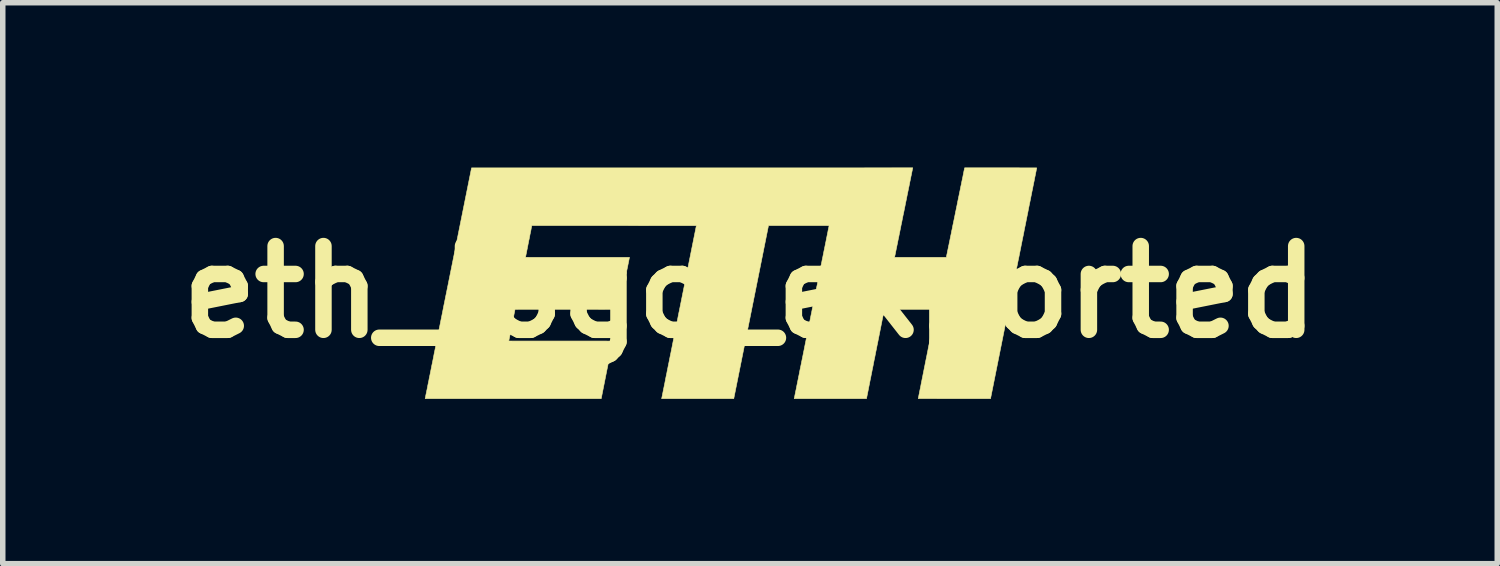
<source format=kicad_pcb>
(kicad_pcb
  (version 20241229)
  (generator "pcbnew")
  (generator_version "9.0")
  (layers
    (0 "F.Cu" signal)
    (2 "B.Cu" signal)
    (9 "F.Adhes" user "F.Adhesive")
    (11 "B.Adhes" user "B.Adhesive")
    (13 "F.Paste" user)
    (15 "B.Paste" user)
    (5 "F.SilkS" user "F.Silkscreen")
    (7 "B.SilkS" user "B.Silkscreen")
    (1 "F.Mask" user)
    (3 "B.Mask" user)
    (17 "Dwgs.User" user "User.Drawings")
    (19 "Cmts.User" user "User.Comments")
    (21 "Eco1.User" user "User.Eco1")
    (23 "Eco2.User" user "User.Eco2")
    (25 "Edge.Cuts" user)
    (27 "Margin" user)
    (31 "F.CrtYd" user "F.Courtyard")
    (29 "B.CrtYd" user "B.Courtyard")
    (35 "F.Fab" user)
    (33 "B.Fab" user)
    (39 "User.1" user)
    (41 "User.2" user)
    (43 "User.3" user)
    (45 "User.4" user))
  (footprint "eth_logo_exported"
    (layer "F.Cu")
    (at 10.603 2.264)
    (property "Reference" "eth_logo_exported" (at 0 0 0) (layer "F.SilkS") (effects (font (size 1.524 1.524) (thickness 0.3))))
    (attr through_hole)
    (fp_poly (pts (xy 4.651 -2.259) (xy 4.693 -2.259) (xy 4.732 -2.259) (xy 4.77 -2.259) (xy 4.805 -2.259) (xy 4.839 -2.259) (xy 4.871 -2.259) (xy 4.901 -2.259) (xy 4.93 -2.258) (xy 4.957 -2.258) (xy 4.983 -2.258) (xy 5.006 -2.258) (xy 5.029 -2.258) (xy 5.05 -2.258) (xy 5.069 -2.258) (xy 5.087 -2.258) (xy 5.104 -2.258) (xy 5.119 -2.258) (xy 5.134 -2.258) (xy 5.146 -2.258) (xy 5.158 -2.258) (xy 5.169 -2.258) (xy 5.178 -2.258) (xy 5.186 -2.258) (xy 5.194 -2.258) (xy 5.2 -2.258) (xy 5.205 -2.258) (xy 5.209 -2.258) (xy 5.213 -2.258) (xy 5.216 -2.258) (xy 5.217 -2.257) (xy 5.219 -2.257) (xy 5.219 -2.257) (xy 5.219 -2.257) (xy 5.219 -2.256) (xy 5.218 -2.253) (xy 5.217 -2.248) (xy 5.216 -2.242) (xy 5.214 -2.233) (xy 5.212 -2.222) (xy 5.209 -2.21) (xy 5.207 -2.196) (xy 5.203 -2.18) (xy 5.2 -2.162) (xy 5.196 -2.143) (xy 5.192 -2.122) (xy 5.187 -2.099) (xy 5.182 -2.075) (xy 5.177 -2.049) (xy 5.172 -2.021) (xy 5.166 -1.993) (xy 5.16 -1.962) (xy 5.153 -1.93) (xy 5.147 -1.897) (xy 5.14 -1.862) (xy 5.132 -1.826) (xy 5.125 -1.788) (xy 5.117 -1.75) (xy 5.109 -1.709) (xy 5.101 -1.668) (xy 5.092 -1.625) (xy 5.083 -1.582) (xy 5.074 -1.537) (xy 5.065 -1.49) (xy 5.056 -1.443) (xy 5.046 -1.395) (xy 5.036 -1.345) (xy 5.026 -1.295) (xy 5.016 -1.243) (xy 5.005 -1.191) (xy 4.994 -1.138) (xy 4.984 -1.083) (xy 4.973 -1.028) (xy 4.961 -0.972) (xy 4.95 -0.915) (xy 4.938 -0.857) (xy 4.927 -0.799) (xy 4.915 -0.74) (xy 4.903 -0.68) (xy 4.891 -0.619) (xy 4.878 -0.558) (xy 4.866 -0.496) (xy 4.853 -0.434) (xy 4.841 -0.371) (xy 4.828 -0.307) (xy 4.815 -0.243) (xy 4.802 -0.178) (xy 4.798 -0.157) (xy 4.378 1.943) (xy 3.72 1.943) (xy 3.679 1.943) (xy 3.64 1.943) (xy 3.601 1.943) (xy 3.564 1.943) (xy 3.527 1.943) (xy 3.491 1.943) (xy 3.457 1.943) (xy 3.424 1.943) (xy 3.392 1.942) (xy 3.361 1.942) (xy 3.331 1.942) (xy 3.303 1.942) (xy 3.276 1.942) (xy 3.25 1.942) (xy 3.226 1.942) (xy 3.203 1.942) (xy 3.182 1.942) (xy 3.163 1.942) (xy 3.145 1.942) (xy 3.129 1.942) (xy 3.114 1.942) (xy 3.101 1.942) (xy 3.09 1.942) (xy 3.081 1.942) (xy 3.073 1.942) (xy 3.068 1.942) (xy 3.064 1.942) (xy 3.062 1.942) (xy 3.062 1.942) (xy 3.062 1.941) (xy 3.063 1.938) (xy 3.064 1.933) (xy 3.065 1.926) (xy 3.067 1.918) (xy 3.069 1.907) (xy 3.071 1.895) (xy 3.074 1.882) (xy 3.077 1.866) (xy 3.081 1.849) (xy 3.084 1.831) (xy 3.088 1.811) (xy 3.092 1.79) (xy 3.097 1.767) (xy 3.102 1.743) (xy 3.107 1.718) (xy 3.112 1.691) (xy 3.117 1.664) (xy 3.123 1.635) (xy 3.129 1.605) (xy 3.135 1.574) (xy 3.142 1.542) (xy 3.148 1.509) (xy 3.155 1.475) (xy 3.162 1.44) (xy 3.169 1.404) (xy 3.176 1.368) (xy 3.184 1.331) (xy 3.191 1.293) (xy 3.199 1.254) (xy 3.207 1.215) (xy 3.215 1.176) (xy 3.223 1.136) (xy 3.224 1.13) (xy 3.232 1.09) (xy 3.24 1.05) (xy 3.247 1.011) (xy 3.255 0.972) (xy 3.263 0.935) (xy 3.27 0.897) (xy 3.277 0.861) (xy 3.284 0.825) (xy 3.291 0.79) (xy 3.298 0.756) (xy 3.305 0.723) (xy 3.311 0.691) (xy 3.317 0.659) (xy 3.323 0.629) (xy 3.329 0.6) (xy 3.335 0.572) (xy 3.34 0.546) (xy 3.345 0.52) (xy 3.35 0.496) (xy 3.355 0.473) (xy 3.359 0.452) (xy 3.363 0.431) (xy 3.367 0.413) (xy 3.37 0.396) (xy 3.373 0.38) (xy 3.376 0.366) (xy 3.378 0.354) (xy 3.38 0.344) (xy 3.382 0.335) (xy 3.383 0.328) (xy 3.384 0.323) (xy 3.385 0.319) (xy 3.385 0.318) (xy 3.385 0.318) (xy 3.384 0.318) (xy 3.382 0.318) (xy 3.377 0.318) (xy 3.371 0.318) (xy 3.363 0.318) (xy 3.353 0.318) (xy 3.341 0.317) (xy 3.328 0.317) (xy 3.312 0.317) (xy 3.295 0.317) (xy 3.276 0.317) (xy 3.255 0.317) (xy 3.232 0.317) (xy 3.207 0.317) (xy 3.18 0.317) (xy 3.151 0.317) (xy 3.12 0.317) (xy 3.088 0.317) (xy 3.053 0.317) (xy 3.016 0.317) (xy 2.977 0.317) (xy 2.937 0.317) (xy 2.444 0.317) (xy 2.32 0.941) (xy 2.312 0.978) (xy 2.305 1.015) (xy 2.298 1.051) (xy 2.29 1.088) (xy 2.283 1.125) (xy 2.276 1.161) (xy 2.269 1.198) (xy 2.261 1.233) (xy 2.254 1.269) (xy 2.247 1.303) (xy 2.241 1.338) (xy 2.234 1.371) (xy 2.227 1.404) (xy 2.221 1.436) (xy 2.215 1.467) (xy 2.209 1.497) (xy 2.203 1.526) (xy 2.198 1.554) (xy 2.192 1.581) (xy 2.187 1.606) (xy 2.182 1.63) (xy 2.178 1.652) (xy 2.174 1.673) (xy 2.17 1.693) (xy 2.166 1.711) (xy 2.163 1.727) (xy 2.16 1.741) (xy 2.158 1.753) (xy 2.158 1.754) (xy 2.12 1.943) (xy 0.804 1.943) (xy 0.805 1.94) (xy 0.805 1.939) (xy 0.806 1.936) (xy 0.807 1.931) (xy 0.808 1.924) (xy 0.81 1.915) (xy 0.812 1.905) (xy 0.815 1.892) (xy 0.817 1.878) (xy 0.821 1.862) (xy 0.824 1.845) (xy 0.828 1.826) (xy 0.832 1.805) (xy 0.837 1.783) (xy 0.842 1.759) (xy 0.847 1.733) (xy 0.852 1.706) (xy 0.858 1.678) (xy 0.864 1.648) (xy 0.87 1.617) (xy 0.877 1.584) (xy 0.883 1.55) (xy 0.891 1.515) (xy 0.898 1.479) (xy 0.905 1.441) (xy 0.913 1.402) (xy 0.921 1.363) (xy 0.93 1.321) (xy 0.938 1.279) (xy 0.947 1.236) (xy 0.956 1.192) (xy 0.965 1.147) (xy 0.974 1.101) (xy 0.984 1.054) (xy 0.993 1.006) (xy 1.003 0.957) (xy 1.013 0.907) (xy 1.023 0.857) (xy 1.034 0.806) (xy 1.044 0.754) (xy 1.055 0.701) (xy 1.065 0.648) (xy 1.076 0.594) (xy 1.087 0.54) (xy 1.098 0.485) (xy 1.109 0.43) (xy 1.121 0.374) (xy 1.122 0.367) (xy 1.133 0.311) (xy 1.145 0.255) (xy 1.156 0.2) (xy 1.167 0.146) (xy 1.177 0.092) (xy 1.188 0.039) (xy 1.199 -0.014) (xy 1.209 -0.066) (xy 1.22 -0.117) (xy 1.23 -0.167) (xy 1.24 -0.217) (xy 1.25 -0.266) (xy 1.259 -0.314) (xy 1.269 -0.361) (xy 1.278 -0.407) (xy 1.287 -0.453) (xy 1.296 -0.497) (xy 1.305 -0.54) (xy 1.313 -0.582) (xy 1.322 -0.624) (xy 1.33 -0.664) (xy 1.338 -0.703) (xy 1.345 -0.74) (xy 1.353 -0.777) (xy 1.36 -0.812) (xy 1.367 -0.846) (xy 1.373 -0.879) (xy 1.38 -0.91) (xy 1.386 -0.94) (xy 1.391 -0.969) (xy 1.397 -0.996) (xy 1.402 -1.021) (xy 1.407 -1.045) (xy 1.411 -1.068) (xy 1.416 -1.089) (xy 1.419 -1.108) (xy 1.423 -1.126) (xy 1.426 -1.142) (xy 1.429 -1.156) (xy 1.432 -1.169) (xy 1.434 -1.179) (xy 1.436 -1.188) (xy 1.437 -1.195) (xy 1.438 -1.201) (xy 1.439 -1.204) (xy 1.439 -1.205) (xy 1.439 -1.205) (xy 1.439 -1.205) (xy 1.439 -1.205) (xy 1.438 -1.206) (xy 1.438 -1.206) (xy 1.437 -1.206) (xy 1.435 -1.206) (xy 1.434 -1.206) (xy 1.431 -1.206) (xy 1.429 -1.206) (xy 1.425 -1.206) (xy 1.422 -1.206) (xy 1.417 -1.206) (xy 1.412 -1.206) (xy 1.406 -1.207) (xy 1.399 -1.207) (xy 1.391 -1.207) (xy 1.383 -1.207) (xy 1.373 -1.207) (xy 1.362 -1.207) (xy 1.351 -1.207) (xy 1.338 -1.207) (xy 1.324 -1.207) (xy 1.309 -1.207) (xy 1.292 -1.207) (xy 1.275 -1.207) (xy 1.256 -1.207) (xy 1.235 -1.207) (xy 1.213 -1.207) (xy 1.19 -1.207) (xy 1.165 -1.207) (xy 1.138 -1.207) (xy 1.11 -1.207) (xy 1.08 -1.207) (xy 1.048 -1.207) (xy 1.014 -1.207) (xy 0.979 -1.207) (xy 0.942 -1.207) (xy 0.902 -1.207) (xy 0.888 -1.207) (xy 0.336 -1.207) (xy 0.02 0.368) (xy -0.296 1.943) (xy -1.609 1.943) (xy -1.608 1.939) (xy -1.608 1.938) (xy -1.607 1.935) (xy -1.606 1.93) (xy -1.605 1.923) (xy -1.603 1.914) (xy -1.601 1.904) (xy -1.598 1.892) (xy -1.596 1.877) (xy -1.592 1.862) (xy -1.589 1.844) (xy -1.585 1.825) (xy -1.581 1.804) (xy -1.576 1.782) (xy -1.572 1.758) (xy -1.566 1.732) (xy -1.561 1.705) (xy -1.555 1.677) (xy -1.549 1.647) (xy -1.543 1.616) (xy -1.537 1.583) (xy -1.53 1.549) (xy -1.523 1.514) (xy -1.515 1.478) (xy -1.508 1.44) (xy -1.5 1.401) (xy -1.492 1.361) (xy -1.484 1.32) (xy -1.475 1.278) (xy -1.467 1.235) (xy -1.458 1.191) (xy -1.449 1.146) (xy -1.439 1.099) (xy -1.43 1.052) (xy -1.42 1.004) (xy -1.411 0.956) (xy -1.401 0.906) (xy -1.391 0.855) (xy -1.38 0.804) (xy -1.37 0.752) (xy -1.359 0.7) (xy -1.349 0.647) (xy -1.338 0.593) (xy -1.327 0.539) (xy -1.316 0.484) (xy -1.305 0.428) (xy -1.294 0.372) (xy -1.292 0.365) (xy -0.977 -1.206) (xy -2.474 -1.207) (xy -2.53 -1.207) (xy -2.584 -1.207) (xy -2.638 -1.207) (xy -2.692 -1.207) (xy -2.745 -1.207) (xy -2.797 -1.207) (xy -2.849 -1.207) (xy -2.9 -1.207) (xy -2.95 -1.207) (xy -3 -1.207) (xy -3.049 -1.207) (xy -3.096 -1.207) (xy -3.189 -1.207) (xy -3.235 -1.207) (xy -3.279 -1.207) (xy -3.322 -1.207) (xy -3.364 -1.207) (xy -3.405 -1.207) (xy -3.445 -1.207) (xy -3.484 -1.207) (xy -3.521 -1.207) (xy -3.557 -1.207) (xy -3.592 -1.207) (xy -3.626 -1.207) (xy -3.658 -1.207) (xy -3.689 -1.207) (xy -3.719 -1.207) (xy -3.747 -1.207) (xy -3.774 -1.207) (xy -3.799 -1.207) (xy -3.823 -1.207) (xy -3.845 -1.207) (xy -3.865 -1.207) (xy -3.884 -1.207) (xy -3.901 -1.207) (xy -3.916 -1.207) (xy -3.93 -1.207) (xy -3.941 -1.207) (xy -3.951 -1.207) (xy -3.959 -1.207) (xy -3.966 -1.207) (xy -3.97 -1.207) (xy -3.972 -1.206) (xy -3.972 -1.206) (xy -3.973 -1.205) (xy -3.973 -1.203) (xy -3.974 -1.198) (xy -3.976 -1.191) (xy -3.977 -1.183) (xy -3.979 -1.174) (xy -3.981 -1.163) (xy -3.984 -1.151) (xy -3.986 -1.137) (xy -3.989 -1.122) (xy -3.992 -1.107) (xy -3.996 -1.09) (xy -3.999 -1.073) (xy -4.003 -1.054) (xy -4.007 -1.036) (xy -4.01 -1.016) (xy -4.014 -0.996) (xy -4.018 -0.976) (xy -4.022 -0.956) (xy -4.027 -0.935) (xy -4.031 -0.914) (xy -4.035 -0.893) (xy -4.039 -0.873) (xy -4.043 -0.852) (xy -4.047 -0.832) (xy -4.051 -0.813) (xy -4.054 -0.794) (xy -4.058 -0.775) (xy -4.062 -0.757) (xy -4.065 -0.74) (xy -4.068 -0.724) (xy -4.071 -0.709) (xy -4.074 -0.694) (xy -4.077 -0.681) (xy -4.079 -0.67) (xy -4.081 -0.659) (xy -4.083 -0.651) (xy -4.084 -0.643) (xy -4.085 -0.638) (xy -4.086 -0.634) (xy -4.086 -0.632) (xy -4.086 -0.631) (xy -4.086 -0.631) (xy -4.085 -0.631) (xy -4.083 -0.631) (xy -4.081 -0.631) (xy -4.078 -0.631) (xy -4.074 -0.631) (xy -4.069 -0.631) (xy -4.063 -0.631) (xy -4.056 -0.631) (xy -4.049 -0.631) (xy -4.04 -0.631) (xy -4.031 -0.63) (xy -4.02 -0.63) (xy -4.008 -0.63) (xy -3.996 -0.63) (xy -3.982 -0.63) (xy -3.967 -0.63) (xy -3.95 -0.63) (xy -3.933 -0.63) (xy -3.914 -0.63) (xy -3.894 -0.63) (xy -3.872 -0.63) (xy -3.849 -0.63) (xy -3.825 -0.63) (xy -3.799 -0.63) (xy -3.772 -0.63) (xy -3.743 -0.63) (xy -3.713 -0.63) (xy -3.681 -0.63) (xy -3.648 -0.63) (xy -3.612 -0.63) (xy -3.576 -0.63) (xy -3.537 -0.63) (xy -3.497 -0.63) (xy -3.455 -0.63) (xy -3.411 -0.63) (xy -3.365 -0.63) (xy -3.318 -0.63) (xy -3.268 -0.63) (xy -3.217 -0.63) (xy -3.163 -0.63) (xy -3.14 -0.63) (xy -2.195 -0.63) (xy -2.195 -0.627) (xy -2.196 -0.625) (xy -2.196 -0.622) (xy -2.197 -0.617) (xy -2.199 -0.61) (xy -2.2 -0.602) (xy -2.202 -0.592) (xy -2.205 -0.58) (xy -2.207 -0.566) (xy -2.21 -0.552) (xy -2.214 -0.535) (xy -2.217 -0.517) (xy -2.221 -0.498) (xy -2.225 -0.478) (xy -2.229 -0.457) (xy -2.234 -0.434) (xy -2.239 -0.41) (xy -2.244 -0.386) (xy -2.249 -0.36) (xy -2.254 -0.334) (xy -2.26 -0.307) (xy -2.265 -0.278) (xy -2.271 -0.25) (xy -2.277 -0.22) (xy -2.283 -0.191) (xy -2.289 -0.16) (xy -2.291 -0.153) (xy -2.385 0.316) (xy -3.331 0.317) (xy -3.384 0.317) (xy -3.435 0.317) (xy -3.484 0.317) (xy -3.53 0.317) (xy -3.575 0.317) (xy -3.619 0.317) (xy -3.66 0.317) (xy -3.7 0.317) (xy -3.737 0.317) (xy -3.774 0.317) (xy -3.808 0.317) (xy -3.841 0.317) (xy -3.873 0.317) (xy -3.902 0.317) (xy -3.931 0.317) (xy -3.958 0.317) (xy -3.983 0.317) (xy -4.007 0.317) (xy -4.03 0.317) (xy -4.051 0.317) (xy -4.071 0.317) (xy -4.09 0.317) (xy -4.108 0.317) (xy -4.125 0.317) (xy -4.14 0.317) (xy -4.155 0.317) (xy -4.168 0.317) (xy -4.18 0.317) (xy -4.192 0.317) (xy -4.202 0.317) (xy -4.212 0.317) (xy -4.221 0.317) (xy -4.229 0.318) (xy -4.236 0.318) (xy -4.242 0.318) (xy -4.248 0.318) (xy -4.253 0.318) (xy -4.258 0.318) (xy -4.262 0.318) (xy -4.265 0.318) (xy -4.268 0.318) (xy -4.27 0.318) (xy -4.272 0.318) (xy -4.274 0.318) (xy -4.275 0.318) (xy -4.276 0.318) (xy -4.277 0.318) (xy -4.277 0.319) (xy -4.278 0.319) (xy -4.278 0.319) (xy -4.278 0.319) (xy -4.278 0.32) (xy -4.279 0.323) (xy -4.28 0.328) (xy -4.281 0.334) (xy -4.283 0.343) (xy -4.284 0.352) (xy -4.287 0.363) (xy -4.289 0.376) (xy -4.292 0.389) (xy -4.295 0.404) (xy -4.298 0.42) (xy -4.301 0.437) (xy -4.305 0.454) (xy -4.308 0.472) (xy -4.312 0.491) (xy -4.316 0.511) (xy -4.32 0.531) (xy -4.324 0.551) (xy -4.328 0.571) (xy -4.332 0.592) (xy -4.336 0.613) (xy -4.34 0.634) (xy -4.344 0.654) (xy -4.348 0.675) (xy -4.352 0.695) (xy -4.356 0.714) (xy -4.36 0.733) (xy -4.363 0.752) (xy -4.367 0.77) (xy -4.37 0.786) (xy -4.373 0.803) (xy -4.376 0.818) (xy -4.379 0.832) (xy -4.382 0.844) (xy -4.384 0.856) (xy -4.386 0.866) (xy -4.388 0.875) (xy -4.389 0.882) (xy -4.39 0.887) (xy -4.391 0.891) (xy -4.391 0.893) (xy -4.391 0.893) (xy -4.391 0.893) (xy -4.39 0.893) (xy -4.388 0.893) (xy -4.385 0.893) (xy -4.382 0.893) (xy -4.378 0.893) (xy -4.373 0.893) (xy -4.367 0.893) (xy -4.36 0.893) (xy -4.352 0.893) (xy -4.343 0.893) (xy -4.333 0.894) (xy -4.321 0.894) (xy -4.309 0.894) (xy -4.296 0.894) (xy -4.281 0.894) (xy -4.266 0.894) (xy -4.249 0.894) (xy -4.23 0.894) (xy -4.211 0.894) (xy -4.19 0.894) (xy -4.168 0.894) (xy -4.144 0.894) (xy -4.119 0.894) (xy -4.092 0.894) (xy -4.064 0.894) (xy -4.034 0.894) (xy -4.003 0.894) (xy -3.97 0.894) (xy -3.936 0.894) (xy -3.9 0.894) (xy -3.862 0.894) (xy -3.822 0.894) (xy -3.781 0.894) (xy -3.738 0.894) (xy -3.693 0.894) (xy -3.646 0.894) (xy -3.597 0.894) (xy -3.546 0.894) (xy -3.494 0.894) (xy -3.445 0.894) (xy -3.391 0.894) (xy -3.338 0.894) (xy -3.288 0.894) (xy -3.239 0.894) (xy -3.193 0.894) (xy -3.148 0.894) (xy -3.105 0.894) (xy -3.064 0.894) (xy -3.024 0.894) (xy -2.987 0.894) (xy -2.951 0.894) (xy -2.916 0.894) (xy -2.884 0.894) (xy -2.853 0.894) (xy -2.823 0.894) (xy -2.795 0.894) (xy -2.769 0.894) (xy -2.744 0.894) (xy -2.72 0.894) (xy -2.698 0.894) (xy -2.677 0.894) (xy -2.658 0.894) (xy -2.64 0.894) (xy -2.623 0.894) (xy -2.608 0.894) (xy -2.593 0.895) (xy -2.58 0.895) (xy -2.568 0.895) (xy -2.557 0.895) (xy -2.547 0.895) (xy -2.538 0.895) (xy -2.53 0.895) (xy -2.523 0.895) (xy -2.517 0.895) (xy -2.512 0.895) (xy -2.508 0.895) (xy -2.505 0.895) (xy -2.503 0.895) (xy -2.501 0.895) (xy -2.5 0.895) (xy -2.5 0.895) (xy -2.5 0.896) (xy -2.5 0.899) (xy -2.501 0.904) (xy -2.503 0.911) (xy -2.504 0.919) (xy -2.507 0.93) (xy -2.509 0.941) (xy -2.512 0.955) (xy -2.515 0.97) (xy -2.518 0.986) (xy -2.521 1.004) (xy -2.525 1.023) (xy -2.529 1.043) (xy -2.534 1.065) (xy -2.538 1.088) (xy -2.543 1.112) (xy -2.548 1.137) (xy -2.553 1.163) (xy -2.559 1.19) (xy -2.564 1.218) (xy -2.57 1.246) (xy -2.576 1.276) (xy -2.582 1.306) (xy -2.588 1.337) (xy -2.594 1.368) (xy -2.601 1.4) (xy -2.605 1.42) (xy -2.709 1.943) (xy -5.913 1.943) (xy -5.913 1.94) (xy -5.913 1.939) (xy -5.912 1.936) (xy -5.911 1.931) (xy -5.91 1.924) (xy -5.908 1.916) (xy -5.906 1.905) (xy -5.904 1.893) (xy -5.901 1.878) (xy -5.898 1.863) (xy -5.894 1.845) (xy -5.89 1.825) (xy -5.886 1.804) (xy -5.881 1.782) (xy -5.876 1.757) (xy -5.871 1.732) (xy -5.866 1.704) (xy -5.86 1.675) (xy -5.854 1.645) (xy -5.847 1.613) (xy -5.841 1.579) (xy -5.834 1.544) (xy -5.826 1.508) (xy -5.819 1.471) (xy -5.811 1.432) (xy -5.803 1.392) (xy -5.795 1.35) (xy -5.786 1.308) (xy -5.777 1.264) (xy -5.768 1.219) (xy -5.759 1.173) (xy -5.75 1.125) (xy -5.74 1.077) (xy -5.73 1.028) (xy -5.72 0.977) (xy -5.709 0.926) (xy -5.699 0.873) (xy -5.688 0.82) (xy -5.677 0.765) (xy -5.666 0.71) (xy -5.655 0.654) (xy -5.643 0.597) (xy -5.632 0.54) (xy -5.62 0.481) (xy -5.608 0.422) (xy -5.596 0.362) (xy -5.584 0.301) (xy -5.572 0.24) (xy -5.559 0.178) (xy -5.547 0.116) (xy -5.534 0.053) (xy -5.521 -0.011) (xy -5.508 -0.075) (xy -5.495 -0.139) (xy -5.491 -0.16) (xy -5.069 -2.258) (xy -1.054 -2.258) (xy 2.962 -2.259) (xy 2.961 -2.256) (xy 2.961 -2.255) (xy 2.96 -2.252) (xy 2.959 -2.247) (xy 2.958 -2.24) (xy 2.956 -2.232) (xy 2.954 -2.221) (xy 2.952 -2.209) (xy 2.949 -2.196) (xy 2.946 -2.18) (xy 2.942 -2.163) (xy 2.939 -2.145) (xy 2.935 -2.125) (xy 2.93 -2.104) (xy 2.926 -2.081) (xy 2.921 -2.057) (xy 2.916 -2.032) (xy 2.91 -2.005) (xy 2.905 -1.977) (xy 2.899 -1.948) (xy 2.893 -1.918) (xy 2.886 -1.887) (xy 2.88 -1.855) (xy 2.873 -1.822) (xy 2.866 -1.788) (xy 2.859 -1.753) (xy 2.852 -1.718) (xy 2.845 -1.681) (xy 2.837 -1.644) (xy 2.829 -1.606) (xy 2.822 -1.568) (xy 2.814 -1.529) (xy 2.806 -1.489) (xy 2.798 -1.449) (xy 2.797 -1.444) (xy 2.788 -1.404) (xy 2.78 -1.365) (xy 2.772 -1.325) (xy 2.765 -1.287) (xy 2.757 -1.249) (xy 2.749 -1.212) (xy 2.742 -1.175) (xy 2.735 -1.14) (xy 2.728 -1.105) (xy 2.721 -1.071) (xy 2.714 -1.037) (xy 2.708 -1.005) (xy 2.701 -0.974) (xy 2.695 -0.944) (xy 2.689 -0.915) (xy 2.684 -0.887) (xy 2.678 -0.86) (xy 2.673 -0.835) (xy 2.668 -0.81) (xy 2.663 -0.788) (xy 2.659 -0.766) (xy 2.655 -0.746) (xy 2.651 -0.727) (xy 2.648 -0.71) (xy 2.645 -0.695) (xy 2.642 -0.681) (xy 2.639 -0.668) (xy 2.637 -0.658) (xy 2.635 -0.649) (xy 2.634 -0.642) (xy 2.633 -0.637) (xy 2.632 -0.634) (xy 2.632 -0.632) (xy 2.632 -0.632) (xy 2.631 -0.63) (xy 3.573 -0.63) (xy 3.574 -0.635) (xy 3.574 -0.636) (xy 3.575 -0.639) (xy 3.576 -0.644) (xy 3.578 -0.651) (xy 3.579 -0.66) (xy 3.581 -0.67) (xy 3.584 -0.683) (xy 3.587 -0.696) (xy 3.59 -0.712) (xy 3.593 -0.729) (xy 3.597 -0.747) (xy 3.601 -0.767) (xy 3.606 -0.789) (xy 3.61 -0.812) (xy 3.615 -0.836) (xy 3.621 -0.861) (xy 3.626 -0.888) (xy 3.632 -0.916) (xy 3.638 -0.945) (xy 3.644 -0.975) (xy 3.65 -1.006) (xy 3.657 -1.038) (xy 3.664 -1.071) (xy 3.67 -1.105) (xy 3.678 -1.14) (xy 3.685 -1.176) (xy 3.692 -1.212) (xy 3.7 -1.249) (xy 3.708 -1.287) (xy 3.716 -1.326) (xy 3.724 -1.365) (xy 3.732 -1.404) (xy 3.74 -1.444) (xy 3.74 -1.447) (xy 3.749 -1.487) (xy 3.757 -1.526) (xy 3.765 -1.565) (xy 3.773 -1.604) (xy 3.78 -1.642) (xy 3.788 -1.679) (xy 3.795 -1.715) (xy 3.803 -1.751) (xy 3.81 -1.786) (xy 3.817 -1.82) (xy 3.824 -1.853) (xy 3.83 -1.885) (xy 3.836 -1.916) (xy 3.843 -1.946) (xy 3.849 -1.975) (xy 3.854 -2.003) (xy 3.86 -2.03) (xy 3.865 -2.055) (xy 3.87 -2.079) (xy 3.875 -2.102) (xy 3.879 -2.124) (xy 3.883 -2.144) (xy 3.887 -2.162) (xy 3.89 -2.179) (xy 3.893 -2.195) (xy 3.896 -2.208) (xy 3.899 -2.221) (xy 3.901 -2.231) (xy 3.903 -2.24) (xy 3.904 -2.247) (xy 3.905 -2.252) (xy 3.906 -2.255) (xy 3.906 -2.256) (xy 3.906 -2.256) (xy 3.907 -2.259) (xy 4.608 -2.259) (xy 4.651 -2.259)) (stroke (width 0.01) (type solid)) (fill yes) (layer "F.SilkS")))
  (gr_rect
    (start -3 -3)
    (end 24.205 7.211)
    (stroke (width 0.1) (type default))
    (fill no)
    (layer "Edge.Cuts")))
</source>
